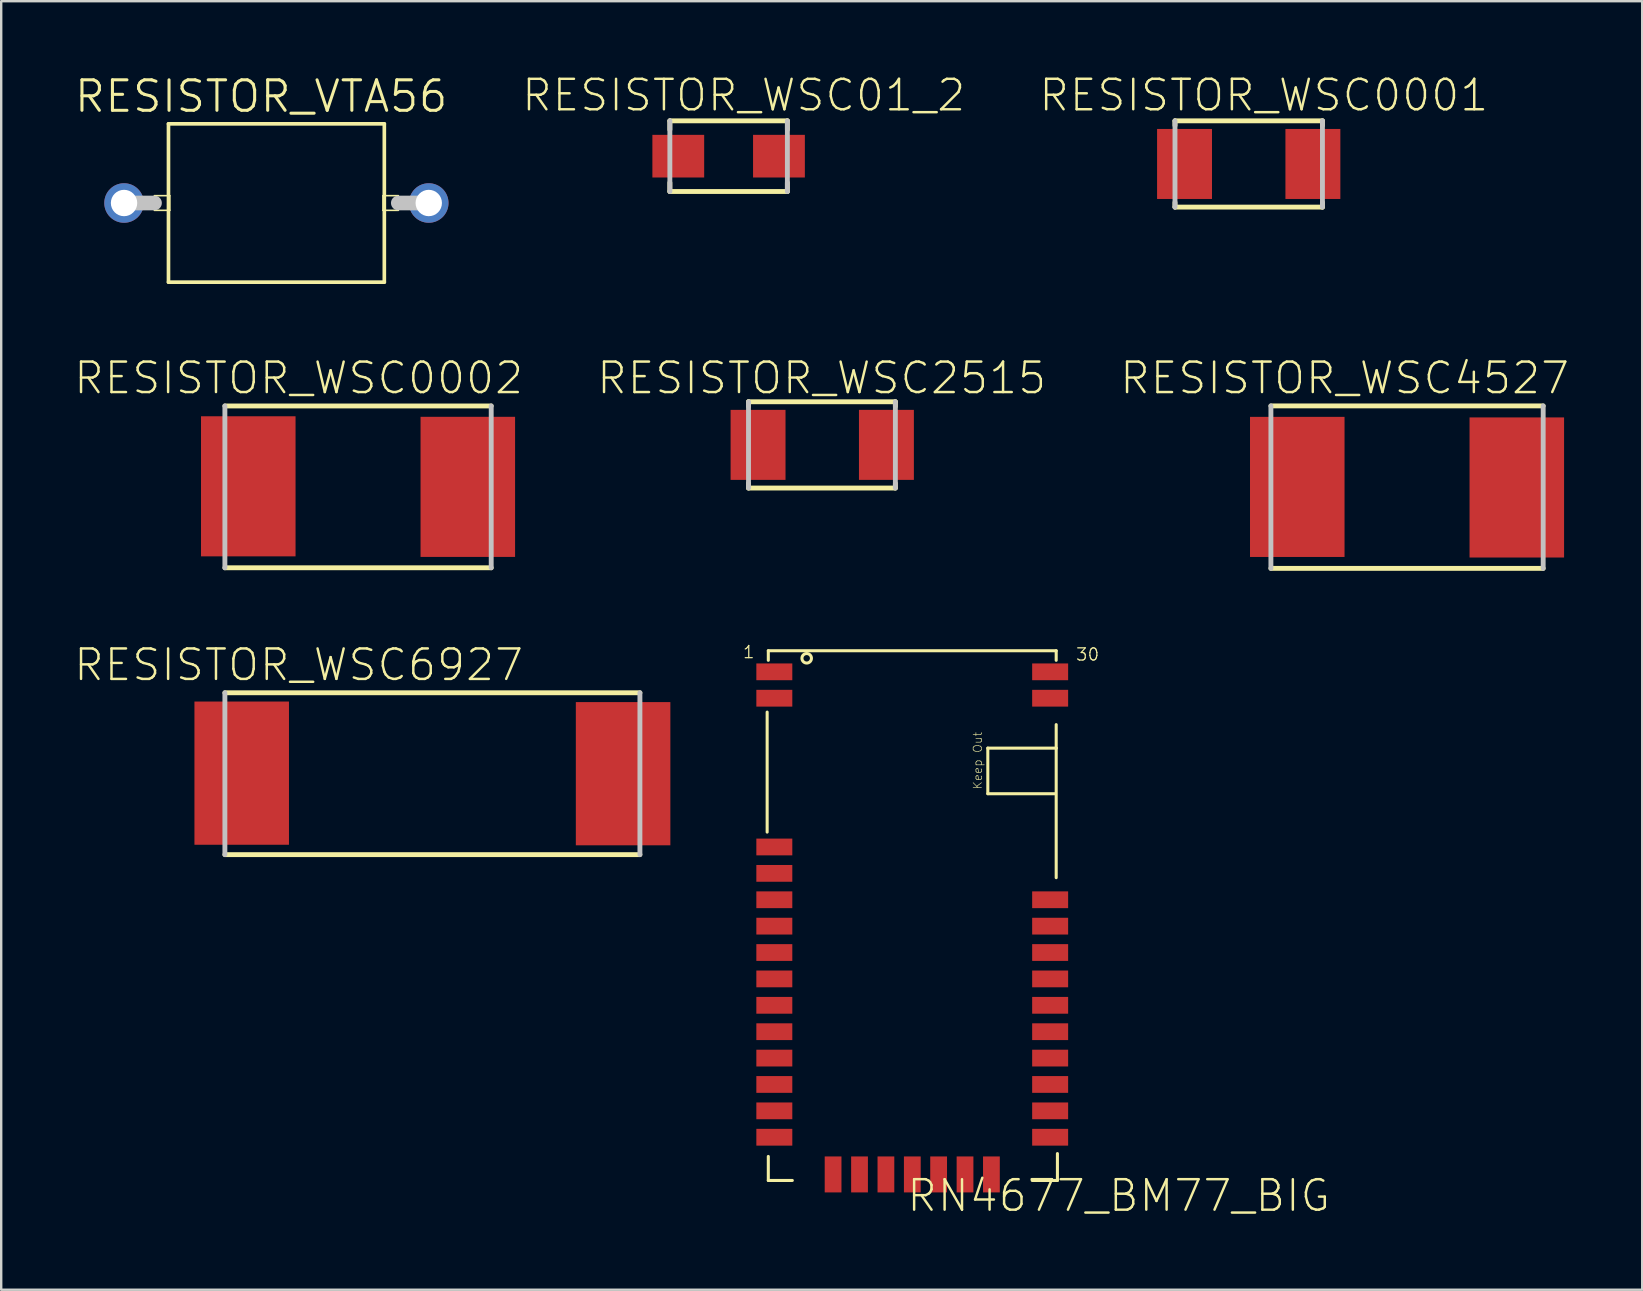
<source format=kicad_pcb>
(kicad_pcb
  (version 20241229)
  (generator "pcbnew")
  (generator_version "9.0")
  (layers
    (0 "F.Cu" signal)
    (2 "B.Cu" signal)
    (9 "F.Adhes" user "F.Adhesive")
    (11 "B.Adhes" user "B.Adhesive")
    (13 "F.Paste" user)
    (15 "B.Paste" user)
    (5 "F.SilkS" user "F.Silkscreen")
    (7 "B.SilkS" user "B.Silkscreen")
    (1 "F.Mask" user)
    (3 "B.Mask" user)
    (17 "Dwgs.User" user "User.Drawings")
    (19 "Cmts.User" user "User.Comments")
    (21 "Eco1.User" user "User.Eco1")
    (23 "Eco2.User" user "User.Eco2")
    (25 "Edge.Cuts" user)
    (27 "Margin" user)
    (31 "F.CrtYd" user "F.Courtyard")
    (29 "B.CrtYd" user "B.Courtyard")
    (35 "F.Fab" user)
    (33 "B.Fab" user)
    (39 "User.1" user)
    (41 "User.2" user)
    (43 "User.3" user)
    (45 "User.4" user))
  (footprint "RESISTOR_WSC01_2"
    (layer "F.Cu")
    (at 27.318 3.459)
    (property "Reference" "RESISTOR_WSC01_2" (at 0.63 -2.537 0) (layer "F.SilkS") (effects (font (size 1.27 1.27) (thickness 0.102))))
    (attr smd)
    (fp_line (start -2.449 -1.473) (end -2.449 -1.105) (stroke (width 0.203) (type solid)) (layer "F.SilkS"))
    (fp_line (start -2.449 1.105) (end -2.449 1.473) (stroke (width 0.203) (type solid)) (layer "F.SilkS"))
    (fp_line (start -2.449 1.473) (end 2.449 1.473) (stroke (width 0.203) (type solid)) (layer "F.SilkS"))
    (fp_line (start 2.449 -1.473) (end -2.449 -1.473) (stroke (width 0.203) (type solid)) (layer "F.SilkS"))
    (fp_line (start 2.449 -1.105) (end 2.449 -1.473) (stroke (width 0.203) (type solid)) (layer "F.SilkS"))
    (fp_line (start 2.449 1.473) (end 2.449 1.105) (stroke (width 0.203) (type solid)) (layer "F.SilkS"))
    (fp_line (start -2.449 -1.473) (end -2.449 1.473) (stroke (width 0.203) (type solid)) (layer "Dwgs.User"))
    (fp_line (start 2.449 1.473) (end 2.449 -1.473) (stroke (width 0.203) (type solid)) (layer "Dwgs.User"))
    (pad "1" smd rect (at -2.098 0) (size 2.159 1.778) (layers "F.Cu" "F.Mask" "F.Paste"))
    (pad "2" smd rect (at 2.098 0) (size 2.159 1.778) (layers "F.Cu" "F.Mask" "F.Paste")))
  (footprint "RESISTOR_VTA56"
    (layer "F.Cu")
    (at 8.47 5.411)
    (property "Reference" "RESISTOR_VTA56" (at -0.635 -4.445 0) (layer "F.SilkS") (effects (font (size 1.27 1.27) (thickness 0.127))))
    (attr exclude_from_pos_files exclude_from_bom)
    (fp_line (start -5.08 -0.305) (end -4.445 -0.305) (stroke (width 0.066) (type solid)) (layer "F.SilkS"))
    (fp_line (start -5.08 0.305) (end -5.08 -0.305) (stroke (width 0.066) (type solid)) (layer "F.SilkS"))
    (fp_line (start -5.08 0.305) (end -4.445 0.305) (stroke (width 0.066) (type solid)) (layer "F.SilkS"))
    (fp_line (start -4.498 -3.299) (end -4.498 3.299) (stroke (width 0.152) (type solid)) (layer "F.SilkS"))
    (fp_line (start -4.498 3.299) (end 4.498 3.299) (stroke (width 0.152) (type solid)) (layer "F.SilkS"))
    (fp_line (start -4.445 0.305) (end -4.445 -0.305) (stroke (width 0.066) (type solid)) (layer "F.SilkS"))
    (fp_line (start 4.445 -0.305) (end 5.08 -0.305) (stroke (width 0.066) (type solid)) (layer "F.SilkS"))
    (fp_line (start 4.445 0.305) (end 4.445 -0.305) (stroke (width 0.066) (type solid)) (layer "F.SilkS"))
    (fp_line (start 4.445 0.305) (end 5.08 0.305) (stroke (width 0.066) (type solid)) (layer "F.SilkS"))
    (fp_line (start 4.498 -3.299) (end -4.498 -3.299) (stroke (width 0.152) (type solid)) (layer "F.SilkS"))
    (fp_line (start 4.498 3.299) (end 4.498 -3.299) (stroke (width 0.152) (type solid)) (layer "F.SilkS"))
    (fp_line (start 5.08 0.305) (end 5.08 -0.305) (stroke (width 0.066) (type solid)) (layer "F.SilkS"))
    (fp_line (start -6.35 0) (end -5.08 0) (stroke (width 0.61) (type solid)) (layer "Dwgs.User"))
    (fp_line (start 5.08 0) (end 6.35 0) (stroke (width 0.61) (type solid)) (layer "Dwgs.User"))
    (pad "1" thru_hole circle (at -6.35 0) (size 1.648 1.648) (drill 1.1) (layers "*.Cu" "*.Paste" "*.Mask"))
    (pad "2" thru_hole circle (at 6.35 0) (size 1.648 1.648) (drill 1.1) (layers "*.Cu" "*.Paste" "*.Mask")))
  (footprint "RESISTOR_WSC6927"
    (layer "F.Cu")
    (at 14.972 29.197)
    (property "Reference" "RESISTOR_WSC6927" (at -5.573 -4.534 0) (layer "F.SilkS") (effects (font (size 1.27 1.27) (thickness 0.102))))
    (attr smd)
    (fp_line (start -8.649 3.373) (end 8.649 3.373) (stroke (width 0.203) (type solid)) (layer "F.SilkS"))
    (fp_line (start 8.649 -3.373) (end -8.649 -3.373) (stroke (width 0.203) (type solid)) (layer "F.SilkS"))
    (fp_line (start -8.649 -3.373) (end -8.649 3.373) (stroke (width 0.203) (type solid)) (layer "Dwgs.User"))
    (fp_line (start 8.649 3.373) (end 8.649 -3.373) (stroke (width 0.203) (type solid)) (layer "Dwgs.User"))
    (pad "1" smd rect (at -7.948 -0.023) (size 3.94 5.969) (layers "F.Cu" "F.Mask" "F.Paste"))
    (pad "2" smd rect (at 7.948 0) (size 3.94 5.969) (layers "F.Cu" "F.Mask" "F.Paste")))
  (footprint "RESISTOR_WSC0002"
    (layer "F.Cu")
    (at 11.873 17.242)
    (property "Reference" "RESISTOR_WSC0002" (at -2.474 -4.534 0) (layer "F.SilkS") (effects (font (size 1.27 1.27) (thickness 0.102))))
    (attr smd)
    (fp_line (start -5.55 3.373) (end 5.55 3.373) (stroke (width 0.203) (type solid)) (layer "F.SilkS"))
    (fp_line (start 5.55 -3.373) (end -5.55 -3.373) (stroke (width 0.203) (type solid)) (layer "F.SilkS"))
    (fp_line (start -5.55 -3.373) (end -5.55 3.373) (stroke (width 0.203) (type solid)) (layer "Dwgs.User"))
    (fp_line (start 5.55 3.373) (end 5.55 -3.373) (stroke (width 0.203) (type solid)) (layer "Dwgs.User"))
    (pad "1" smd rect (at -4.575 -0.023) (size 3.94 5.839) (layers "F.Cu" "F.Mask" "F.Paste"))
    (pad "2" smd rect (at 4.575 0) (size 3.94 5.839) (layers "F.Cu" "F.Mask" "F.Paste")))
  (footprint "RESISTOR_WSC4527"
    (layer "F.Cu")
    (at 55.594 17.267)
    (property "Reference" "RESISTOR_WSC4527" (at -2.598 -4.559 0) (layer "F.SilkS") (effects (font (size 1.27 1.27) (thickness 0.102))))
    (attr smd)
    (fp_line (start -5.674 3.373) (end 5.674 3.373) (stroke (width 0.203) (type solid)) (layer "F.SilkS"))
    (fp_line (start 5.674 -3.399) (end -5.674 -3.399) (stroke (width 0.203) (type solid)) (layer "F.SilkS"))
    (fp_line (start -5.674 -3.399) (end -5.674 3.373) (stroke (width 0.203) (type solid)) (layer "Dwgs.User"))
    (fp_line (start 5.674 3.373) (end 5.674 -3.399) (stroke (width 0.203) (type solid)) (layer "Dwgs.User"))
    (pad "1" smd rect (at -4.575 -0.023) (size 3.94 5.839) (layers "F.Cu" "F.Mask" "F.Paste"))
    (pad "2" smd rect (at 4.575 0) (size 3.94 5.839) (layers "F.Cu" "F.Mask" "F.Paste")))
  (footprint "RESISTOR_WSC2515"
    (layer "F.Cu")
    (at 31.22 15.492)
    (property "Reference" "RESISTOR_WSC2515" (at -0.023 -2.784 0) (layer "F.SilkS") (effects (font (size 1.27 1.27) (thickness 0.102))))
    (attr smd)
    (fp_line (start -3.073 -1.798) (end -3.073 -1.605) (stroke (width 0.203) (type solid)) (layer "F.SilkS"))
    (fp_line (start -3.073 1.605) (end -3.073 1.798) (stroke (width 0.203) (type solid)) (layer "F.SilkS"))
    (fp_line (start -3.073 1.798) (end 3.048 1.798) (stroke (width 0.203) (type solid)) (layer "F.SilkS"))
    (fp_line (start 3.048 -1.798) (end -3.073 -1.798) (stroke (width 0.203) (type solid)) (layer "F.SilkS"))
    (fp_line (start 3.048 -1.605) (end 3.048 -1.798) (stroke (width 0.203) (type solid)) (layer "F.SilkS"))
    (fp_line (start 3.048 1.798) (end 3.048 1.605) (stroke (width 0.203) (type solid)) (layer "F.SilkS"))
    (fp_line (start -3.073 -1.798) (end -3.073 1.798) (stroke (width 0.203) (type solid)) (layer "Dwgs.User"))
    (fp_line (start 3.048 1.798) (end 3.048 -1.798) (stroke (width 0.203) (type solid)) (layer "Dwgs.User"))
    (pad "1" smd rect (at -2.675 0) (size 2.289 2.918) (layers "F.Cu" "F.Mask" "F.Paste"))
    (pad "2" smd rect (at 2.675 0) (size 2.289 2.918) (layers "F.Cu" "F.Mask" "F.Paste")))
  (footprint "RN4677_BM77_BIG"
    (layer "F.Cu")
    (at 35.322 38.53)
    (property "Reference" "RN4677_BM77_BIG" (at 8.255 8.255 0) (layer "F.SilkS") (effects (font (size 1.27 1.27) (thickness 0.102))))
    (attr smd)
    (fp_line (start -6.398 -11.9) (end -6.398 -6.899) (stroke (width 0.127) (type solid)) (layer "F.SilkS"))
    (fp_line (start -6.35 -14.458) (end 5.649 -14.458) (stroke (width 0.127) (type solid)) (layer "F.SilkS"))
    (fp_line (start -6.35 -14.059) (end -6.35 -14.458) (stroke (width 0.127) (type solid)) (layer "F.SilkS"))
    (fp_line (start -6.35 6.619) (end -6.35 7.62) (stroke (width 0.127) (type solid)) (layer "F.SilkS"))
    (fp_line (start -6.35 7.62) (end -5.349 7.62) (stroke (width 0.127) (type solid)) (layer "F.SilkS"))
    (fp_line (start 2.799 -10.399) (end 2.799 -8.499) (stroke (width 0.127) (type solid)) (layer "F.SilkS"))
    (fp_line (start 2.799 -8.499) (end 5.598 -8.499) (stroke (width 0.127) (type solid)) (layer "F.SilkS"))
    (fp_line (start 4.648 7.62) (end 5.7 7.62) (stroke (width 0.127) (type solid)) (layer "F.SilkS"))
    (fp_line (start 5.649 -14.458) (end 5.649 -14.059) (stroke (width 0.127) (type solid)) (layer "F.SilkS"))
    (fp_line (start 5.649 -10.399) (end 2.799 -10.399) (stroke (width 0.127) (type solid)) (layer "F.SilkS"))
    (fp_line (start 5.649 -10.399) (end 5.649 -11.379) (stroke (width 0.127) (type solid)) (layer "F.SilkS"))
    (fp_line (start 5.649 -4.999) (end 5.649 -10.399) (stroke (width 0.127) (type solid)) (layer "F.SilkS"))
    (fp_line (start 5.7 7.62) (end 5.7 6.5) (stroke (width 0.127) (type solid)) (layer "F.SilkS"))
    (fp_circle (center -4.75 -14.143) (end -4.75 -14.341) (stroke (width 0.127) (type solid)) (fill no) (layer "F.SilkS"))
    (fp_text user "30" (at 6.957 -14.303 0) (layer "F.SilkS") (effects (font (size 0.508 0.508) (thickness 0.051))))
    (fp_text user "Keep Out" (at 2.375 -9.878 90) (layer "F.SilkS") (effects (font (size 0.348 0.348) (thickness 0.025))))
    (fp_text user "1" (at -7.165 -14.402 0) (layer "F.SilkS") (effects (font (size 0.508 0.508) (thickness 0.051))))
    (pad "BAT_" smd rect (at -6.099 -5.179) (size 1.499 0.699) (layers "F.Cu" "F.Mask" "F.Paste"))
    (pad "EAN" smd rect (at 1.849 7.369 90) (size 1.499 0.699) (layers "F.Cu" "F.Mask" "F.Paste"))
    (pad "GND1" smd rect (at -6.099 -13.579) (size 1.499 0.699) (layers "F.Cu" "F.Mask" "F.Paste"))
    (pad "GND2" smd rect (at -6.099 -12.479) (size 1.499 0.699) (layers "F.Cu" "F.Mask" "F.Paste"))
    (pad "GND3" smd rect (at -6.099 -6.279) (size 1.499 0.699) (layers "F.Cu" "F.Mask" "F.Paste"))
    (pad "GND4" smd rect (at 5.397 -4.079 180) (size 1.499 0.699) (layers "F.Cu" "F.Mask" "F.Paste"))
    (pad "GND5" smd rect (at 5.397 -12.479 180) (size 1.499 0.699) (layers "F.Cu" "F.Mask" "F.Paste"))
    (pad "GND6" smd rect (at 5.397 -13.579 180) (size 1.499 0.699) (layers "F.Cu" "F.Mask" "F.Paste"))
    (pad "LDO1" smd rect (at -6.099 -0.78) (size 1.499 0.699) (layers "F.Cu" "F.Mask" "F.Paste"))
    (pad "LDO3" smd rect (at -6.099 -2.979) (size 1.499 0.699) (layers "F.Cu" "F.Mask" "F.Paste"))
    (pad "LED1" smd rect (at 5.397 -2.979 180) (size 1.499 0.699) (layers "F.Cu" "F.Mask" "F.Paste"))
    (pad "P00/" smd rect (at -1.448 7.369 90) (size 1.499 0.699) (layers "F.Cu" "F.Mask" "F.Paste"))
    (pad "P04" smd rect (at -6.099 2.52) (size 1.499 0.699) (layers "F.Cu" "F.Mask" "F.Paste"))
    (pad "P05" smd rect (at -2.548 7.369 90) (size 1.499 0.699) (layers "F.Cu" "F.Mask" "F.Paste"))
    (pad "P12/" smd rect (at -6.099 4.719) (size 1.499 0.699) (layers "F.Cu" "F.Mask" "F.Paste"))
    (pad "P13/" smd rect (at -6.099 5.819) (size 1.499 0.699) (layers "F.Cu" "F.Mask" "F.Paste"))
    (pad "P15" smd rect (at -6.099 3.619) (size 1.499 0.699) (layers "F.Cu" "F.Mask" "F.Paste"))
    (pad "P17/" smd rect (at -3.65 7.369 90) (size 1.499 0.699) (layers "F.Cu" "F.Mask" "F.Paste"))
    (pad "P20" smd rect (at -0.348 7.369 90) (size 1.499 0.699) (layers "F.Cu" "F.Mask" "F.Paste"))
    (pad "P24" smd rect (at 0.749 7.369 90) (size 1.499 0.699) (layers "F.Cu" "F.Mask" "F.Paste"))
    (pad "P31" smd rect (at 5.397 3.619 180) (size 1.499 0.699) (layers "F.Cu" "F.Mask" "F.Paste"))
    (pad "P32" smd rect (at 5.397 2.52 180) (size 1.499 0.699) (layers "F.Cu" "F.Mask" "F.Paste"))
    (pad "P33" smd rect (at 5.397 1.42 180) (size 1.499 0.699) (layers "F.Cu" "F.Mask" "F.Paste"))
    (pad "P34" smd rect (at 5.397 0.32 180) (size 1.499 0.699) (layers "F.Cu" "F.Mask" "F.Paste"))
    (pad "P36" smd rect (at 5.397 -0.78 180) (size 1.499 0.699) (layers "F.Cu" "F.Mask" "F.Paste"))
    (pad "P37" smd rect (at 5.397 -1.88 180) (size 1.499 0.699) (layers "F.Cu" "F.Mask" "F.Paste"))
    (pad "PMUL" smd rect (at -6.099 1.42) (size 1.499 0.699) (layers "F.Cu" "F.Mask" "F.Paste"))
    (pad "RST_" smd rect (at 2.949 7.369 90) (size 1.499 0.699) (layers "F.Cu" "F.Mask" "F.Paste"))
    (pad "RXD" smd rect (at 5.397 5.819 180) (size 1.499 0.699) (layers "F.Cu" "F.Mask" "F.Paste"))
    (pad "SW_B" smd rect (at -6.099 -4.079) (size 1.499 0.699) (layers "F.Cu" "F.Mask" "F.Paste"))
    (pad "TXD" smd rect (at 5.397 4.719 180) (size 1.499 0.699) (layers "F.Cu" "F.Mask" "F.Paste"))
    (pad "VDD_" smd rect (at -6.099 -1.88) (size 1.499 0.699) (layers "F.Cu" "F.Mask" "F.Paste"))
    (pad "WAKE" smd rect (at -6.099 0.32) (size 1.499 0.699) (layers "F.Cu" "F.Mask" "F.Paste")))
  (footprint "RESISTOR_WSC0001"
    (layer "F.Cu")
    (at 48.995 3.784)
    (property "Reference" "RESISTOR_WSC0001" (at 0.63 -2.863 0) (layer "F.SilkS") (effects (font (size 1.27 1.27) (thickness 0.102))))
    (attr smd)
    (fp_line (start -3.073 -1.798) (end -3.073 -1.605) (stroke (width 0.203) (type solid)) (layer "F.SilkS"))
    (fp_line (start -3.073 1.605) (end -3.073 1.798) (stroke (width 0.203) (type solid)) (layer "F.SilkS"))
    (fp_line (start -3.073 1.798) (end 3.073 1.798) (stroke (width 0.203) (type solid)) (layer "F.SilkS"))
    (fp_line (start 3.073 -1.798) (end -3.073 -1.798) (stroke (width 0.203) (type solid)) (layer "F.SilkS"))
    (fp_line (start 3.073 -1.605) (end 3.073 -1.798) (stroke (width 0.203) (type solid)) (layer "F.SilkS"))
    (fp_line (start 3.073 1.798) (end 3.073 1.605) (stroke (width 0.203) (type solid)) (layer "F.SilkS"))
    (fp_line (start -3.073 -1.798) (end -3.073 1.798) (stroke (width 0.203) (type solid)) (layer "Dwgs.User"))
    (fp_line (start 3.073 1.798) (end 3.073 -1.798) (stroke (width 0.203) (type solid)) (layer "Dwgs.User"))
    (pad "1" smd rect (at -2.675 0) (size 2.289 2.918) (layers "F.Cu" "F.Mask" "F.Paste"))
    (pad "2" smd rect (at 2.675 0) (size 2.289 2.918) (layers "F.Cu" "F.Mask" "F.Paste")))
  (gr_rect
    (start -3 -3)
    (end 65.395 50.706)
    (stroke (width 0.1) (type default))
    (fill no)
    (layer "Edge.Cuts")))
</source>
